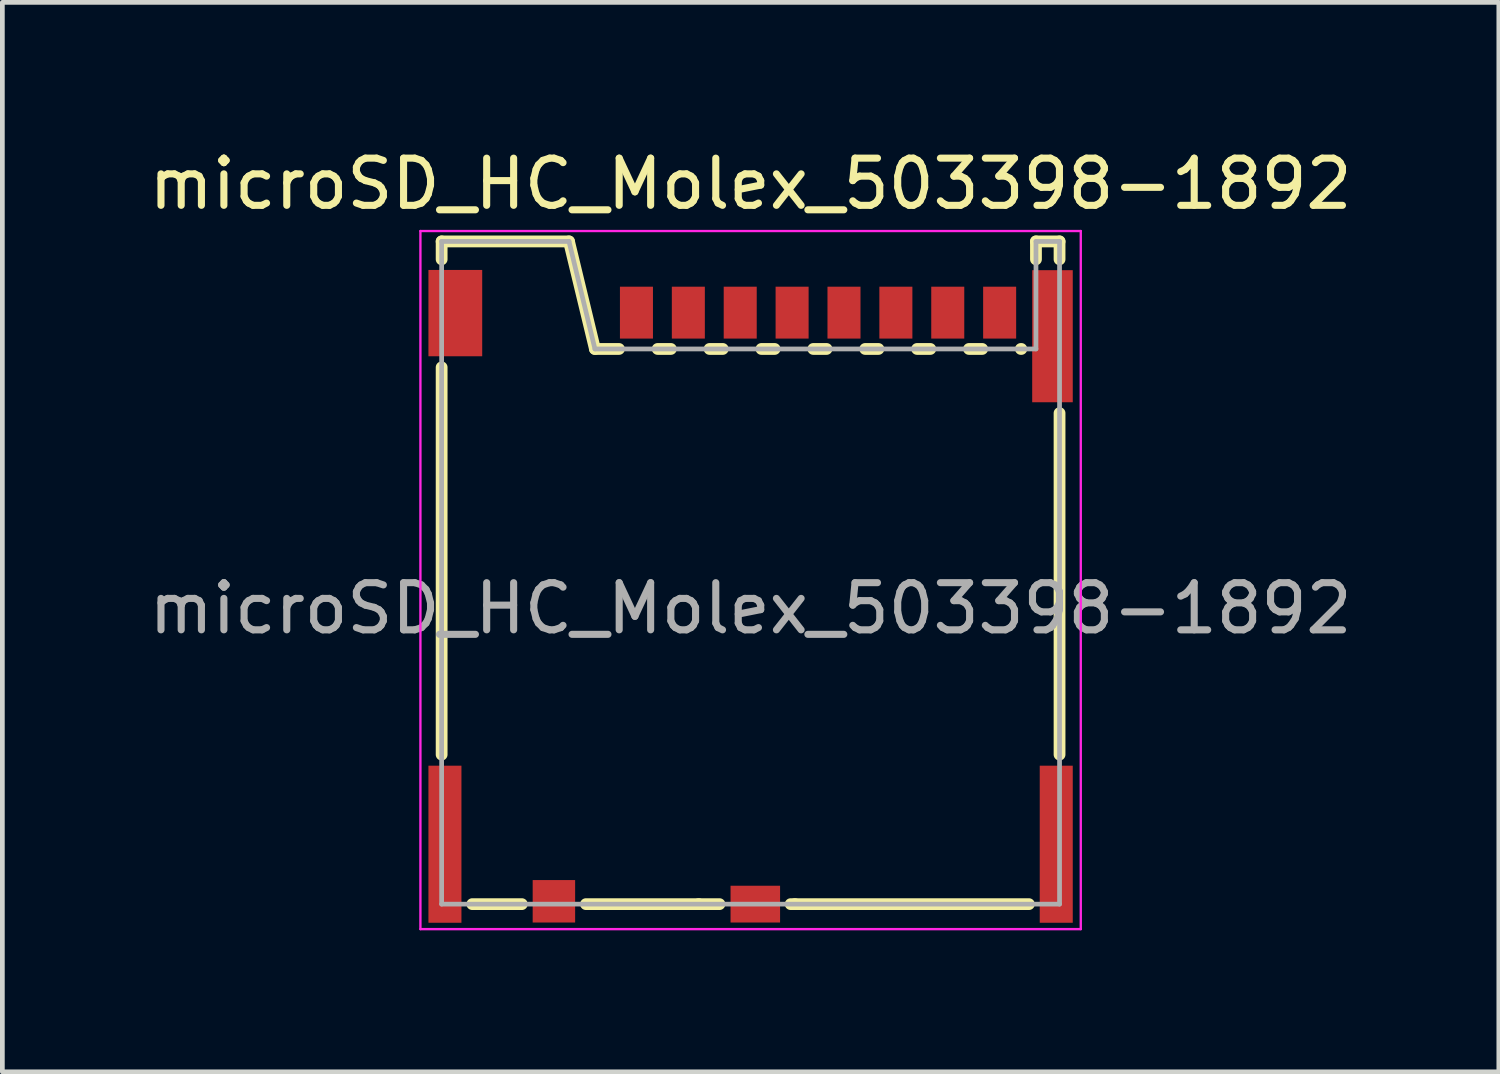
<source format=kicad_pcb>
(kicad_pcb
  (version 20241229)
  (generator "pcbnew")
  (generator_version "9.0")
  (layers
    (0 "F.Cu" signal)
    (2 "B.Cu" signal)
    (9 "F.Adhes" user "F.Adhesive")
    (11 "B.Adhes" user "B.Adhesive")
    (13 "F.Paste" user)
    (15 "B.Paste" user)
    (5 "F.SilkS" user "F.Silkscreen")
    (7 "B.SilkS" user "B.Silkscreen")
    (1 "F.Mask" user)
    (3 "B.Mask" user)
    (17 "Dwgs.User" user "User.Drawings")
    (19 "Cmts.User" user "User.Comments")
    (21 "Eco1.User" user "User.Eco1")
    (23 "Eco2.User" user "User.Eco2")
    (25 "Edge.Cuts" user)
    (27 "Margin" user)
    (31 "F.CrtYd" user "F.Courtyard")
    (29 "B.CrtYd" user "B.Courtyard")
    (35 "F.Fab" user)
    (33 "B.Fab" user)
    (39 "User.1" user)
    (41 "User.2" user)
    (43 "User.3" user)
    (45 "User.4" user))
  (footprint "microSD_HC_Molex_503398-1892"
    (layer "F.Cu")
    (at 12.863 9.848)
    (property "Reference" "microSD_HC_Molex_503398-1892" (at 0 -9 0) (layer "F.SilkS") (effects (font (size 1 1) (thickness 0.15))))
    (attr smd)
    (fp_line (start -6.55 -7.78) (end -6.55 -7.4) (stroke (width 0.25) (type solid)) (layer "F.SilkS"))
    (fp_line (start -6.55 -7.78) (end -3.85 -7.78) (stroke (width 0.25) (type solid)) (layer "F.SilkS"))
    (fp_line (start -6.55 -5.11) (end -6.55 3.1) (stroke (width 0.25) (type solid)) (layer "F.SilkS"))
    (fp_line (start -4.85 6.27) (end -5.9 6.27) (stroke (width 0.25) (type solid)) (layer "F.SilkS"))
    (fp_line (start -3.85 -7.78) (end -3.3 -5.5) (stroke (width 0.25) (type solid)) (layer "F.SilkS"))
    (fp_line (start -3.3 -5.5) (end -2.79 -5.5) (stroke (width 0.25) (type solid)) (layer "F.SilkS"))
    (fp_line (start -1.97 -5.5) (end -1.69 -5.5) (stroke (width 0.25) (type solid)) (layer "F.SilkS"))
    (fp_line (start -1.1 6.27) (end -3.49 6.27) (stroke (width 0.25) (type solid)) (layer "F.SilkS"))
    (fp_line (start -0.87 -5.5) (end -0.59 -5.5) (stroke (width 0.25) (type solid)) (layer "F.SilkS"))
    (fp_line (start -0.66 6.27) (end -1.1 6.27) (stroke (width 0.25) (type solid)) (layer "F.SilkS"))
    (fp_line (start 0.23 -5.5) (end 0.51 -5.5) (stroke (width 0.25) (type solid)) (layer "F.SilkS"))
    (fp_line (start 0.94 6.27) (end 0.85 6.27) (stroke (width 0.25) (type solid)) (layer "F.SilkS"))
    (fp_line (start 0.94 6.27) (end 5.9 6.27) (stroke (width 0.25) (type solid)) (layer "F.SilkS"))
    (fp_line (start 1.33 -5.5) (end 1.61 -5.5) (stroke (width 0.25) (type solid)) (layer "F.SilkS"))
    (fp_line (start 2.43 -5.5) (end 2.71 -5.5) (stroke (width 0.25) (type solid)) (layer "F.SilkS"))
    (fp_line (start 3.53 -5.5) (end 3.81 -5.5) (stroke (width 0.25) (type solid)) (layer "F.SilkS"))
    (fp_line (start 4.63 -5.5) (end 4.91 -5.5) (stroke (width 0.25) (type solid)) (layer "F.SilkS"))
    (fp_line (start 5.73 -5.5) (end 5.74 -5.5) (stroke (width 0.25) (type solid)) (layer "F.SilkS"))
    (fp_line (start 6.05 -7.78) (end 6.05 -7.4) (stroke (width 0.25) (type solid)) (layer "F.SilkS"))
    (fp_line (start 6.55 -7.78) (end 6.05 -7.78) (stroke (width 0.25) (type solid)) (layer "F.SilkS"))
    (fp_line (start 6.55 -7.78) (end 6.55 -7.4) (stroke (width 0.25) (type solid)) (layer "F.SilkS"))
    (fp_line (start 6.55 -4.14) (end 6.55 3.1) (stroke (width 0.25) (type solid)) (layer "F.SilkS"))
    (fp_line (start -7 -8) (end 7 -8) (stroke (width 0.05) (type solid)) (layer "F.CrtYd"))
    (fp_line (start -7 6.8) (end -7 -8) (stroke (width 0.05) (type solid)) (layer "F.CrtYd"))
    (fp_line (start 7 -8) (end 7 6.8) (stroke (width 0.05) (type solid)) (layer "F.CrtYd"))
    (fp_line (start 7 6.8) (end -7 6.8) (stroke (width 0.05) (type solid)) (layer "F.CrtYd"))
    (fp_line (start -6.55 -7.78) (end -6.55 6.27) (stroke (width 0.1) (type solid)) (layer "F.Fab"))
    (fp_line (start -6.55 -7.78) (end -3.85 -7.78) (stroke (width 0.1) (type solid)) (layer "F.Fab"))
    (fp_line (start -3.85 -7.78) (end -3.3 -5.5) (stroke (width 0.1) (type solid)) (layer "F.Fab"))
    (fp_line (start -3.3 -5.5) (end 6.05 -5.5) (stroke (width 0.1) (type solid)) (layer "F.Fab"))
    (fp_line (start 6.05 -7.78) (end 6.05 -5.5) (stroke (width 0.1) (type solid)) (layer "F.Fab"))
    (fp_line (start 6.55 -7.78) (end 6.05 -7.78) (stroke (width 0.1) (type solid)) (layer "F.Fab"))
    (fp_line (start 6.55 -7.78) (end 6.55 6.27) (stroke (width 0.1) (type solid)) (layer "F.Fab"))
    (fp_line (start 6.55 6.27) (end -6.55 6.27) (stroke (width 0.1) (type solid)) (layer "F.Fab"))
    (fp_text user "${REFERENCE}" (at 0 0 0) (layer "F.Fab") (effects (font (size 1 1) (thickness 0.15))))
    (pad "1" smd rect (at -2.42 -6.27) (size 0.7 1.1) (layers "F.Cu" "F.Mask" "F.Paste"))
    (pad "2" smd rect (at -1.32 -6.27) (size 0.7 1.1) (layers "F.Cu" "F.Mask" "F.Paste"))
    (pad "3" smd rect (at -0.22 -6.27) (size 0.7 1.1) (layers "F.Cu" "F.Mask" "F.Paste"))
    (pad "4" smd rect (at 0.88 -6.27) (size 0.7 1.1) (layers "F.Cu" "F.Mask" "F.Paste"))
    (pad "5" smd rect (at 1.98 -6.27) (size 0.7 1.1) (layers "F.Cu" "F.Mask" "F.Paste"))
    (pad "6" smd rect (at 3.08 -6.27) (size 0.7 1.1) (layers "F.Cu" "F.Mask" "F.Paste"))
    (pad "7" smd rect (at 4.18 -6.27) (size 0.7 1.1) (layers "F.Cu" "F.Mask" "F.Paste"))
    (pad "8" smd rect (at 5.28 -6.27) (size 0.7 1.1) (layers "F.Cu" "F.Mask" "F.Paste"))
    (pad "9" smd rect (at 0.1 6.27) (size 1.05 0.78) (layers "F.Cu" "F.Mask" "F.Paste"))
    (pad "10" smd rect (at -4.17 6.21) (size 0.9 0.9) (layers "F.Cu" "F.Mask" "F.Paste"))
    (pad "11" smd rect (at -6.48 5) (size 0.7 3.33) (layers "F.Cu" "F.Mask" "F.Paste"))
    (pad "11" smd rect (at -6.26 -6.26) (size 1.14 1.83) (layers "F.Cu" "F.Mask" "F.Paste"))
    (pad "11" smd rect (at 6.4 -5.77) (size 0.86 2.8) (layers "F.Cu" "F.Mask" "F.Paste"))
    (pad "11" smd rect (at 6.48 5) (size 0.7 3.33) (layers "F.Cu" "F.Mask" "F.Paste")))
  (gr_rect
    (start -3 -3)
    (end 28.726 19.673)
    (stroke (width 0.1) (type default))
    (fill no)
    (layer "Edge.Cuts")))
</source>
